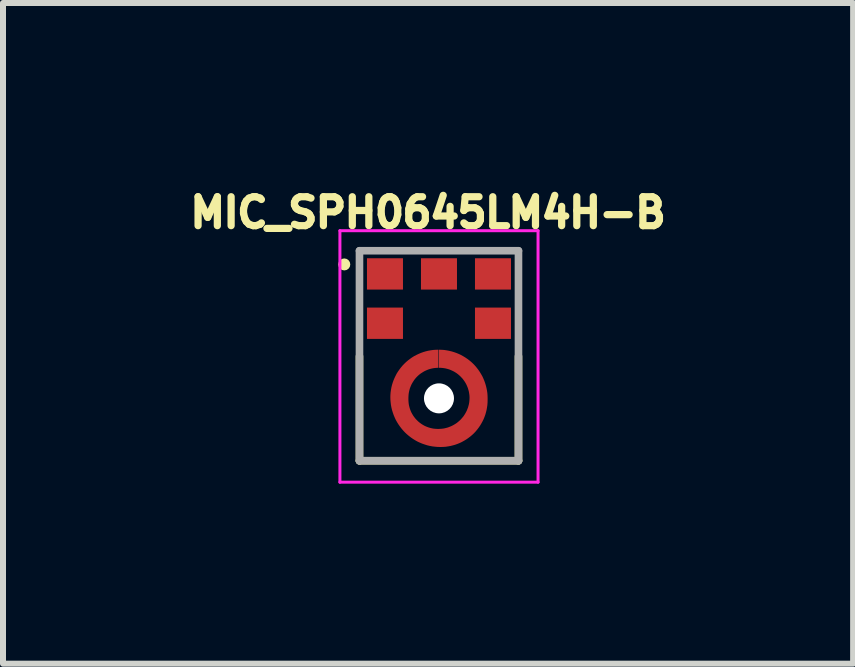
<source format=kicad_pcb>
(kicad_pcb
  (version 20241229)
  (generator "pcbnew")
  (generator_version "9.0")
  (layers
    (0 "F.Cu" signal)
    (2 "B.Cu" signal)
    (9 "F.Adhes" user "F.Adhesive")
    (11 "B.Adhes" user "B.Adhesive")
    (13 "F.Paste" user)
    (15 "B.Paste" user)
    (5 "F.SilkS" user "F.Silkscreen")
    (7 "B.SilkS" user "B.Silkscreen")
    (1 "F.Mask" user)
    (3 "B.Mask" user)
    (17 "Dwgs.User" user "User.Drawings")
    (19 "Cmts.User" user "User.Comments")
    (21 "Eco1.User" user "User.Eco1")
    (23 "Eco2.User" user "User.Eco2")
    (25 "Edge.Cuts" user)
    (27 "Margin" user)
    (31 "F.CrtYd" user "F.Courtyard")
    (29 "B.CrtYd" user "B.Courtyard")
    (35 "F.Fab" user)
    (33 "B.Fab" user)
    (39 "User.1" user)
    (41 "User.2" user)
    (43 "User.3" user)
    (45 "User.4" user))
  (footprint "MIC_SPH0645LM4H-B"
    (layer "F.Cu")
    (at 4.266 3.589)
    (property "Reference" "MIC_SPH0645LM4H-B" (at -0.182 -3.095 0) (layer "F.SilkS") (effects (font (size 0.482 0.482) (thickness 0.15))))
    (attr smd)
    (fp_circle (center 0 0) (end 0.456 0) (stroke (width 0.912) (type solid)) (fill no) (layer "F.Mask"))
    (fp_line (start -1.325 1.04) (end -1.325 -0.7) (stroke (width 0.127) (type solid)) (layer "F.SilkS"))
    (fp_line (start 1.325 -0.7) (end 1.325 1.04) (stroke (width 0.127) (type solid)) (layer "F.SilkS"))
    (fp_line (start 1.325 1.04) (end -1.325 1.04) (stroke (width 0.127) (type solid)) (layer "F.SilkS"))
    (fp_circle (center -1.578 -2.232) (end -1.528 -2.232) (stroke (width 0.1) (type solid)) (fill no) (layer "F.SilkS"))
    (fp_poly (pts (xy 0.38 0.53) (xy 0.28 0.425) (xy 0.23 0.46) (xy 0.12 0.5) (xy 0 0.514) (xy -0.12 0.5) (xy -0.225 0.462) (xy -0.288 0.426) (xy -0.385 0.525) (xy -0.5 0.64) (xy -0.405 0.705) (xy -0.31 0.75) (xy -0.22 0.78) (xy -0.14 0.8) (xy 0 0.81) (xy 0.16 0.796) (xy 0.31 0.75) (xy 0.425 0.69) (xy 0.495 0.645)) (stroke (width 0.001) (type solid)) (fill yes) (layer "F.Paste"))
    (fp_poly (pts (xy -0.375 -0.53) (xy -0.28 -0.435) (xy -0.23 -0.46) (xy -0.175 -0.485) (xy -0.12 -0.5) (xy -0.06 -0.51) (xy 0 -0.514) (xy 0.12 -0.5) (xy 0.225 -0.462) (xy 0.283 -0.426) (xy 0.385 -0.525) (xy 0.5 -0.64) (xy 0.41 -0.7) (xy 0.31 -0.75) (xy 0.23 -0.78) (xy 0.14 -0.8) (xy 0 -0.81) (xy -0.16 -0.796) (xy -0.31 -0.75) (xy -0.415 -0.7) (xy -0.49 -0.645)) (stroke (width 0.001) (type solid)) (fill yes) (layer "F.Paste"))
    (fp_poly (pts (xy 0.53 -0.385) (xy 0.425 -0.28) (xy 0.46 -0.23) (xy 0.5 -0.12) (xy 0.514 0) (xy 0.5 0.12) (xy 0.462 0.225) (xy 0.421 0.283) (xy 0.52 0.38) (xy 0.64 0.5) (xy 0.705 0.405) (xy 0.75 0.31) (xy 0.78 0.23) (xy 0.8 0.14) (xy 0.81 0.06) (xy 0.81 -0.065) (xy 0.796 -0.16) (xy 0.78 -0.235) (xy 0.75 -0.31) (xy 0.705 -0.405) (xy 0.64 -0.5)) (stroke (width 0.001) (type solid)) (fill yes) (layer "F.Paste"))
    (fp_poly (pts (xy -0.53 0.385) (xy -0.43 0.285) (xy -0.465 0.23) (xy -0.505 0.12) (xy -0.51 0.12) (xy -0.505 0.11) (xy -0.52 0.005) (xy -0.524 -0.005) (xy -0.52 -0.005) (xy -0.505 -0.125) (xy -0.462 -0.225) (xy -0.426 -0.293) (xy -0.525 -0.39) (xy -0.635 -0.505) (xy -0.7 -0.41) (xy -0.75 -0.31) (xy -0.78 -0.22) (xy -0.8 -0.14) (xy -0.81 0) (xy -0.796 0.16) (xy -0.75 0.31) (xy -0.705 0.4) (xy -0.64 0.5)) (stroke (width 0.001) (type solid)) (fill yes) (layer "F.Paste"))
    (fp_line (start -1.651 -2.794) (end 1.651 -2.794) (stroke (width 0.05) (type solid)) (layer "F.CrtYd"))
    (fp_line (start -1.651 1.397) (end -1.651 -2.794) (stroke (width 0.05) (type solid)) (layer "F.CrtYd"))
    (fp_line (start 1.651 -2.794) (end 1.651 1.397) (stroke (width 0.05) (type solid)) (layer "F.CrtYd"))
    (fp_line (start 1.651 1.397) (end -1.651 1.397) (stroke (width 0.05) (type solid)) (layer "F.CrtYd"))
    (fp_line (start -1.325 -2.46) (end 1.325 -2.46) (stroke (width 0.127) (type solid)) (layer "F.Fab"))
    (fp_line (start -1.325 1.04) (end -1.325 -2.46) (stroke (width 0.127) (type solid)) (layer "F.Fab"))
    (fp_line (start 1.325 -2.46) (end 1.325 1.04) (stroke (width 0.127) (type solid)) (layer "F.Fab"))
    (fp_line (start 1.325 1.04) (end -1.325 1.04) (stroke (width 0.127) (type solid)) (layer "F.Fab"))
    (pad "" np_thru_hole circle (at 0 0) (size 0.5 0.5) (drill 0.5) (layers "*.Cu" "*.Mask"))
    (pad "1" smd rect (at -0.9 -2.074) (size 0.6 0.522) (layers "F.Cu" "F.Mask" "F.Paste"))
    (pad "2" smd rect (at -0.9 -1.252) (size 0.6 0.522) (layers "F.Cu" "F.Mask" "F.Paste"))
    (pad "3" smd custom (at 0.65 -0.02) (size 0.1 0.1) (layers "F.Cu") (options (anchor rect)) (primitives (gr_poly (pts (xy -0.66 -0.49) (xy -0.66 -0.79) (xy -0.707 -0.789) (xy -0.748 -0.786) (xy -0.789 -0.78) (xy -0.83 -0.773) (xy -0.871 -0.763) (xy -0.911 -0.751) (xy -0.95 -0.737) (xy -0.988 -0.721) (xy -1.026 -0.703) (xy -1.063 -0.684) (xy -1.098 -0.662) (xy -1.132 -0.638) (xy -1.165 -0.613) (xy -1.197 -0.586) (xy -1.227 -0.557) (xy -1.256 -0.527) (xy -1.283 -0.495) (xy -1.308 -0.462) (xy -1.332 -0.428) (xy -1.354 -0.393) (xy -1.373 -0.356) (xy -1.391 -0.318) (xy -1.407 -0.28) (xy -1.421 -0.241) (xy -1.433 -0.201) (xy -1.443 -0.16) (xy -1.45 -0.119) (xy -1.456 -0.078) (xy -1.459 -0.037) (xy -1.46 0) (xy -1.459 0.043) (xy -1.455 0.087) (xy -1.45 0.13) (xy -1.442 0.173) (xy -1.432 0.215) (xy -1.419 0.256) (xy -1.405 0.297) (xy -1.388 0.338) (xy -1.37 0.377) (xy -1.349 0.415) (xy -1.326 0.452) (xy -1.301 0.488) (xy -1.275 0.522) (xy -1.247 0.555) (xy -1.217 0.587) (xy -1.185 0.617) (xy -1.152 0.645) (xy -1.118 0.671) (xy -1.082 0.696) (xy -1.045 0.719) (xy -1.007 0.74) (xy -0.968 0.758) (xy -0.927 0.775) (xy -0.886 0.789) (xy -0.845 0.802) (xy -0.803 0.812) (xy -0.76 0.82) (xy -0.717 0.825) (xy -0.673 0.829) (xy -0.63 0.83) (xy -0.62 0.83) (xy -0.579 0.829) (xy -0.538 0.826) (xy -0.498 0.82) (xy -0.458 0.813) (xy -0.418 0.803) (xy -0.379 0.792) (xy -0.34 0.778) (xy -0.303 0.763) (xy -0.266 0.745) (xy -0.23 0.725) (xy -0.195 0.704) (xy -0.162 0.681) (xy -0.129 0.656) (xy -0.098 0.63) (xy -0.068 0.602) (xy -0.04 0.572) (xy -0.014 0.541) (xy 0.011 0.508) (xy 0.034 0.475) (xy 0.055 0.44) (xy 0.075 0.404) (xy 0.093 0.367) (xy 0.108 0.33) (xy 0.122 0.291) (xy 0.133 0.252) (xy 0.143 0.212) (xy 0.15 0.172) (xy 0.156 0.132) (xy 0.159 0.091) (xy 0.16 0.05) (xy 0.16 0.02) (xy 0.159 -0.022) (xy 0.156 -0.065) (xy 0.15 -0.107) (xy 0.142 -0.148) (xy 0.132 -0.19) (xy 0.12 -0.23) (xy 0.106 -0.27) (xy 0.09 -0.309) (xy 0.072 -0.348) (xy 0.051 -0.385) (xy 0.029 -0.421) (xy 0.005 -0.456) (xy -0.021 -0.49) (xy -0.048 -0.522) (xy -0.077 -0.553) (xy -0.108 -0.582) (xy -0.14 -0.609) (xy -0.174 -0.635) (xy -0.209 -0.659) (xy -0.245 -0.681) (xy -0.282 -0.702) (xy -0.321 -0.72) (xy -0.36 -0.736) (xy -0.4 -0.75) (xy -0.44 -0.762) (xy -0.482 -0.772) (xy -0.523 -0.78) (xy -0.565 -0.786) (xy -0.608 -0.789) (xy -0.65 -0.79) (xy -0.65 -0.49) (xy -0.627 -0.49) (xy -0.601 -0.488) (xy -0.575 -0.485) (xy -0.549 -0.481) (xy -0.523 -0.475) (xy -0.497 -0.468) (xy -0.472 -0.46) (xy -0.448 -0.45) (xy -0.424 -0.439) (xy -0.4 -0.427) (xy -0.377 -0.413) (xy -0.355 -0.399) (xy -0.334 -0.383) (xy -0.314 -0.366) (xy -0.294 -0.348) (xy -0.276 -0.329) (xy -0.258 -0.31) (xy -0.242 -0.289) (xy -0.226 -0.267) (xy -0.212 -0.245) (xy -0.199 -0.222) (xy -0.187 -0.198) (xy -0.177 -0.174) (xy -0.167 -0.149) (xy -0.16 -0.124) (xy -0.153 -0.099) (xy -0.148 -0.073) (xy -0.144 -0.047) (xy -0.141 -0.02) (xy -0.14 0.01) (xy -0.141 0.037) (xy -0.143 0.064) (xy -0.146 0.091) (xy -0.151 0.118) (xy -0.158 0.145) (xy -0.165 0.171) (xy -0.175 0.196) (xy -0.185 0.222) (xy -0.197 0.246) (xy -0.21 0.27) (xy -0.224 0.293) (xy -0.239 0.316) (xy -0.256 0.337) (xy -0.274 0.358) (xy -0.292 0.378) (xy -0.312 0.396) (xy -0.333 0.414) (xy -0.354 0.431) (xy -0.377 0.446) (xy -0.4 0.46) (xy -0.424 0.473) (xy -0.448 0.485) (xy -0.474 0.495) (xy -0.499 0.505) (xy -0.525 0.512) (xy -0.552 0.519) (xy -0.579 0.524) (xy -0.606 0.527) (xy -0.633 0.529) (xy -0.66 0.53) (xy -0.67 0.53) (xy -0.696 0.529) (xy -0.721 0.527) (xy -0.747 0.524) (xy -0.772 0.519) (xy -0.797 0.513) (xy -0.821 0.506) (xy -0.846 0.497) (xy -0.869 0.488) (xy -0.892 0.477) (xy -0.915 0.464) (xy -0.937 0.451) (xy -0.958 0.436) (xy -0.978 0.421) (xy -0.998 0.404) (xy -1.016 0.386) (xy -1.034 0.368) (xy -1.051 0.348) (xy -1.066 0.328) (xy -1.081 0.307) (xy -1.094 0.285) (xy -1.107 0.262) (xy -1.118 0.239) (xy -1.127 0.216) (xy -1.136 0.191) (xy -1.143 0.167) (xy -1.149 0.142) (xy -1.154 0.117) (xy -1.157 0.091) (xy -1.159 0.066) (xy -1.16 0.04) (xy -1.16 0.01) (xy -1.159 -0.016) (xy -1.157 -0.042) (xy -1.154 -0.068) (xy -1.149 -0.094) (xy -1.143 -0.119) (xy -1.136 -0.145) (xy -1.127 -0.169) (xy -1.117 -0.193) (xy -1.106 -0.217) (xy -1.093 -0.24) (xy -1.079 -0.262) (xy -1.065 -0.284) (xy -1.049 -0.305) (xy -1.032 -0.325) (xy -1.014 -0.344) (xy -0.995 -0.362) (xy -0.975 -0.379) (xy -0.954 -0.395) (xy -0.932 -0.409) (xy -0.91 -0.423) (xy -0.887 -0.436) (xy -0.863 -0.447) (xy -0.839 -0.457) (xy -0.815 -0.466) (xy -0.789 -0.473) (xy -0.764 -0.479) (xy -0.738 -0.484) (xy -0.712 -0.487) (xy -0.686 -0.489) (xy -0.66 -0.49)) (width 0.001) (fill yes))))
    (pad "4" smd rect (at 0.9 -1.252) (size 0.6 0.522) (layers "F.Cu" "F.Mask" "F.Paste"))
    (pad "5" smd rect (at 0.9 -2.074) (size 0.6 0.522) (layers "F.Cu" "F.Mask" "F.Paste"))
    (pad "6" smd rect (at 0 -2.074) (size 0.6 0.522) (layers "F.Cu" "F.Mask" "F.Paste")))
  (gr_rect
    (start -3 -3)
    (end 11.168 8.011)
    (stroke (width 0.1) (type default))
    (fill no)
    (layer "Edge.Cuts")))
</source>
